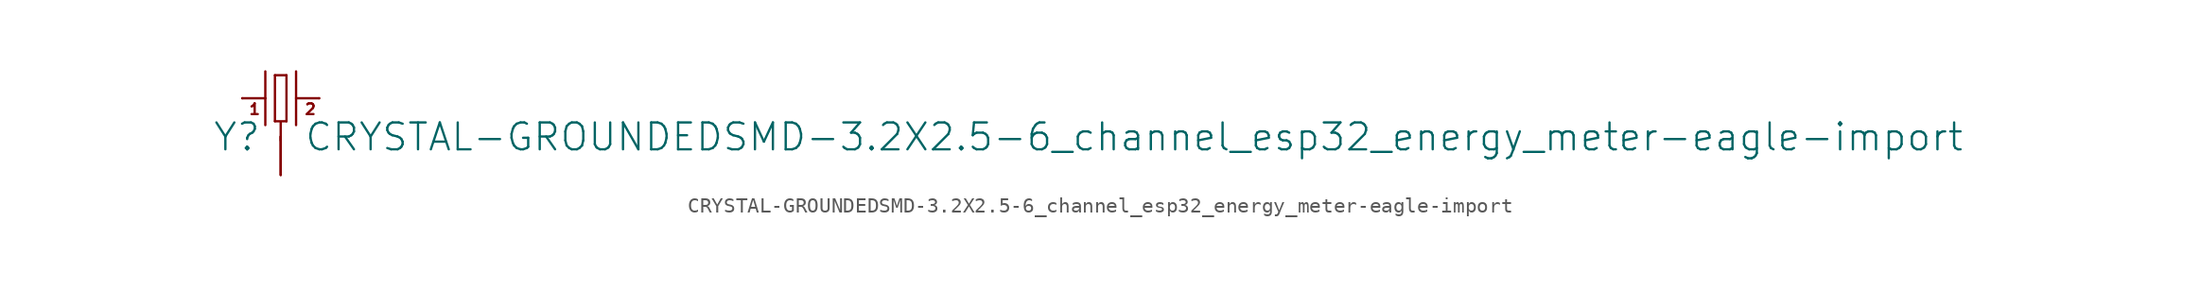
<source format=kicad_sym>
(kicad_symbol_lib
  (version 20220914)
  (generator kicad_symbol_editor)
  (symbol "CRYSTAL-GROUNDEDSMD-3.2X2.5-6_channel_esp32_energy_meter-eagle-import"
    (pin_names
      (offset 1.016))
    (property "Reference" "Y"
      (at -1.27 -1.524 0)
      (effects (font (size 1.778 1.778)) (justify right top)))
    (property "Value" "CRYSTAL-GROUNDEDSMD-3.2X2.5-6_channel_esp32_energy_meter-eagle-import"
      (at 1.524 -1.524 0)
      (effects (font (size 1.778 1.778)) (justify left top)))
    (property "ki_locked" ""
      (at 0 0 0)
      (effects (font (size 1.27 1.27))))
    (symbol "CRYSTAL-GROUNDEDSMD-3.2X2.5-6_channel_esp32_energy_meter-eagle-import_1_0"
      (polyline (pts (xy -2.54 0) (xy -1.016 0)) (stroke (width 0) (type default)) (fill (type none)))
      (polyline (pts (xy -1.016 0) (xy -1.016 -1.778)) (stroke (width 0) (type default)) (fill (type none)))
      (polyline (pts (xy -1.016 1.778) (xy -1.016 0)) (stroke (width 0) (type default)) (fill (type none)))
      (polyline (pts (xy -0.381 -1.524) (xy 0.381 -1.524)) (stroke (width 0) (type default)) (fill (type none)))
      (polyline (pts (xy -0.381 1.524) (xy -0.381 -1.524)) (stroke (width 0) (type default)) (fill (type none)))
      (polyline (pts (xy 0 -2.794) (xy 0 -1.575)) (stroke (width 0) (type default)) (fill (type none)))
      (polyline (pts (xy 0.381 -1.524) (xy 0.381 1.524)) (stroke (width 0) (type default)) (fill (type none)))
      (polyline (pts (xy 0.381 1.524) (xy -0.381 1.524)) (stroke (width 0) (type default)) (fill (type none)))
      (polyline (pts (xy 1.016 0) (xy 2.54 0)) (stroke (width 0) (type default)) (fill (type none)))
      (polyline (pts (xy 1.016 1.778) (xy 1.016 -1.778)) (stroke (width 0) (type default)) (fill (type none)))
      (text "1" (at -2.159 -1.143 0) (effects (font (size 0.711 0.711)) (justify left bottom)))
      (text "2" (at 1.524 -1.143 0) (effects (font (size 0.711 0.711)) (justify left bottom)))
      (pin passive line (at -2.54 0 0) (length 0) (name "1" (effects (font (size 0 0)))) (number "1" (effects (font (size 0 0)))))
      (pin passive line (at 0 -5.08 90) (length 2.54) (name "3" (effects (font (size 0 0)))) (number "2" (effects (font (size 0 0)))))
      (pin passive line (at 2.54 0 180) (length 0) (name "2" (effects (font (size 0 0)))) (number "3" (effects (font (size 0 0)))))
      (pin passive line (at 0 -5.08 90) (length 2.54) (name "3" (effects (font (size 0 0)))) (number "4" (effects (font (size 0 0))))))))
</source>
